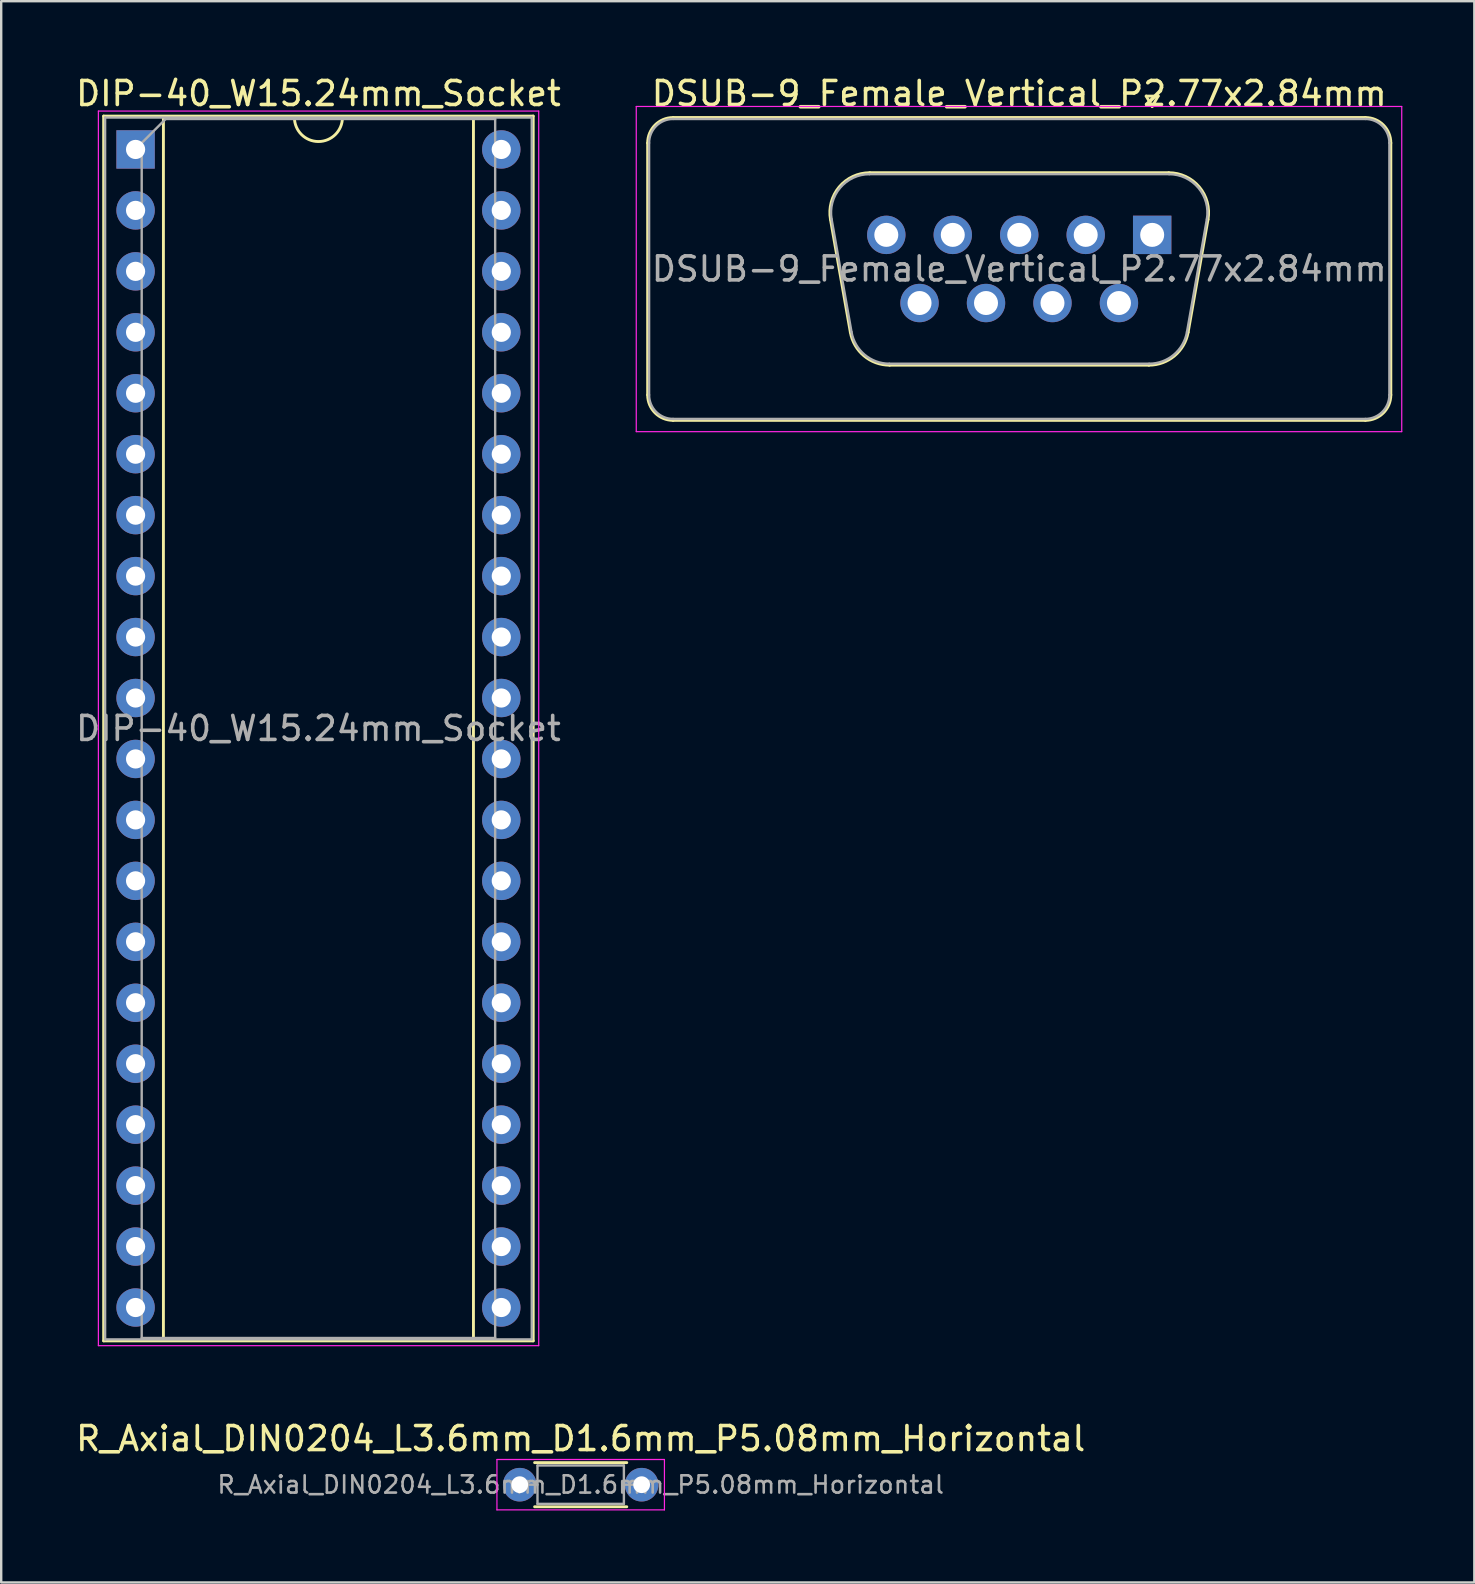
<source format=kicad_pcb>
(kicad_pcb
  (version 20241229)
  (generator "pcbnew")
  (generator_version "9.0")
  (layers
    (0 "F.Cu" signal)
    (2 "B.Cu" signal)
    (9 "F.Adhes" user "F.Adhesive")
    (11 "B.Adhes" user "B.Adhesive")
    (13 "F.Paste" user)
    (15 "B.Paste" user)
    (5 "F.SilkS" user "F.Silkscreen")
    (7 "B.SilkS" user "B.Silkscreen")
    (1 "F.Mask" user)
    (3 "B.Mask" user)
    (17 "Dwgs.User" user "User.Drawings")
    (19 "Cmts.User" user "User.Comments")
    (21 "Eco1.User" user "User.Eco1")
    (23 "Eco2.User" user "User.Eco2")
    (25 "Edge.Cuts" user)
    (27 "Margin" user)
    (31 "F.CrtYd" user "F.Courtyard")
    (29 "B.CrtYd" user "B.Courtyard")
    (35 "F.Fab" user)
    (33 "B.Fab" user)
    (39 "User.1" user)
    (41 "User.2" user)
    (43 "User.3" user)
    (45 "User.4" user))
  (footprint "R_Axial_DIN0204_L3.6mm_D1.6mm_P5.08mm_Horizontal"
    (layer "F.Cu")
    (at 18.609 58.822)
    (property "Reference" "R_Axial_DIN0204_L3.6mm_D1.6mm_P5.08mm_Horizontal" (at 2.54 -1.92 0) (layer "F.SilkS") (effects (font (size 1 1) (thickness 0.15))))
    (attr through_hole)
    (fp_line (start 0.62 -0.92) (end 4.46 -0.92) (stroke (width 0.12) (type solid)) (layer "F.SilkS"))
    (fp_line (start 0.62 0.92) (end 4.46 0.92) (stroke (width 0.12) (type solid)) (layer "F.SilkS"))
    (fp_line (start -0.95 -1.05) (end -0.95 1.05) (stroke (width 0.05) (type solid)) (layer "F.CrtYd"))
    (fp_line (start -0.95 1.05) (end 6.03 1.05) (stroke (width 0.05) (type solid)) (layer "F.CrtYd"))
    (fp_line (start 6.03 -1.05) (end -0.95 -1.05) (stroke (width 0.05) (type solid)) (layer "F.CrtYd"))
    (fp_line (start 6.03 1.05) (end 6.03 -1.05) (stroke (width 0.05) (type solid)) (layer "F.CrtYd"))
    (fp_line (start 0 0) (end 0.74 0) (stroke (width 0.1) (type solid)) (layer "F.Fab"))
    (fp_line (start 0.74 -0.8) (end 0.74 0.8) (stroke (width 0.1) (type solid)) (layer "F.Fab"))
    (fp_line (start 0.74 0.8) (end 4.34 0.8) (stroke (width 0.1) (type solid)) (layer "F.Fab"))
    (fp_line (start 4.34 -0.8) (end 0.74 -0.8) (stroke (width 0.1) (type solid)) (layer "F.Fab"))
    (fp_line (start 4.34 0.8) (end 4.34 -0.8) (stroke (width 0.1) (type solid)) (layer "F.Fab"))
    (fp_line (start 5.08 0) (end 4.34 0) (stroke (width 0.1) (type solid)) (layer "F.Fab"))
    (fp_text user "${REFERENCE}" (at 2.54 0 0) (layer "F.Fab") (effects (font (size 0.72 0.72) (thickness 0.108))))
    (pad "1" thru_hole circle (at 0 0) (size 1.4 1.4) (drill 0.7) (layers "*.Cu" "*.Mask"))
    (pad "2" thru_hole oval (at 5.08 0) (size 1.4 1.4) (drill 0.7) (layers "*.Cu" "*.Mask")))
  (footprint "DSUB-9_Female_Vertical_P2.77x2.84mm"
    (layer "F.Cu")
    (at 44.965 6.738)
    (property "Reference" "DSUB-9_Female_Vertical_P2.77x2.84mm" (at -5.54 -5.89 0) (layer "F.SilkS") (effects (font (size 1 1) (thickness 0.15))))
    (attr through_hole)
    (fp_line (start -21.025 6.67) (end -21.025 -3.83) (stroke (width 0.12) (type solid)) (layer "F.SilkS"))
    (fp_line (start -19.965 -4.89) (end 8.885 -4.89) (stroke (width 0.12) (type solid)) (layer "F.SilkS"))
    (fp_line (start -13.406 -0.642) (end -12.578 4.058) (stroke (width 0.12) (type solid)) (layer "F.SilkS"))
    (fp_line (start -11.772 -2.59) (end 0.692 -2.59) (stroke (width 0.12) (type solid)) (layer "F.SilkS"))
    (fp_line (start -10.943 5.43) (end -0.137 5.43) (stroke (width 0.12) (type solid)) (layer "F.SilkS"))
    (fp_line (start -0.25 -5.784) (end 0.25 -5.784) (stroke (width 0.12) (type solid)) (layer "F.SilkS"))
    (fp_line (start 0 -5.351) (end -0.25 -5.784) (stroke (width 0.12) (type solid)) (layer "F.SilkS"))
    (fp_line (start 0.25 -5.784) (end 0 -5.351) (stroke (width 0.12) (type solid)) (layer "F.SilkS"))
    (fp_line (start 2.326 -0.642) (end 1.498 4.058) (stroke (width 0.12) (type solid)) (layer "F.SilkS"))
    (fp_line (start 8.885 7.73) (end -19.965 7.73) (stroke (width 0.12) (type solid)) (layer "F.SilkS"))
    (fp_line (start 9.945 -3.83) (end 9.945 6.67) (stroke (width 0.12) (type solid)) (layer "F.SilkS"))
    (fp_arc (start -21.025 -3.83) (mid -20.714533 -4.579533) (end -19.965 -4.89) (stroke (width 0.12) (type solid)) (layer "F.SilkS"))
    (fp_arc (start -19.965 7.73) (mid -20.714533 7.419533) (end -21.025 6.67) (stroke (width 0.12) (type solid)) (layer "F.SilkS"))
    (fp_arc (start -13.40647 -0.641744) (mid -13.043323 -1.997028) (end -11.771689 -2.59) (stroke (width 0.12) (type solid)) (layer "F.SilkS"))
    (fp_arc (start -10.942952 5.43) (mid -12.00998 5.041634) (end -12.577733 4.058256) (stroke (width 0.12) (type solid)) (layer "F.SilkS"))
    (fp_arc (start 0.691689 -2.59) (mid 1.963324 -1.997028) (end 2.32647 -0.641744) (stroke (width 0.12) (type solid)) (layer "F.SilkS"))
    (fp_arc (start 1.497733 4.058256) (mid 0.92998 5.041634) (end -0.137048 5.43) (stroke (width 0.12) (type solid)) (layer "F.SilkS"))
    (fp_arc (start 8.885 -4.89) (mid 9.634533 -4.579533) (end 9.945 -3.83) (stroke (width 0.12) (type solid)) (layer "F.SilkS"))
    (fp_arc (start 9.945 6.67) (mid 9.634533 7.419533) (end 8.885 7.73) (stroke (width 0.12) (type solid)) (layer "F.SilkS"))
    (fp_line (start -21.5 -5.35) (end -21.5 8.2) (stroke (width 0.05) (type solid)) (layer "F.CrtYd"))
    (fp_line (start -21.5 8.2) (end 10.4 8.2) (stroke (width 0.05) (type solid)) (layer "F.CrtYd"))
    (fp_line (start 10.4 -5.35) (end -21.5 -5.35) (stroke (width 0.05) (type solid)) (layer "F.CrtYd"))
    (fp_line (start 10.4 8.2) (end 10.4 -5.35) (stroke (width 0.05) (type solid)) (layer "F.CrtYd"))
    (fp_line (start -20.965 6.67) (end -20.965 -3.83) (stroke (width 0.1) (type solid)) (layer "F.Fab"))
    (fp_line (start -19.965 -4.83) (end 8.885 -4.83) (stroke (width 0.1) (type solid)) (layer "F.Fab"))
    (fp_line (start -13.359 -0.652) (end -12.53 4.048) (stroke (width 0.1) (type solid)) (layer "F.Fab"))
    (fp_line (start -11.783 -2.53) (end 0.703 -2.53) (stroke (width 0.1) (type solid)) (layer "F.Fab"))
    (fp_line (start -10.954 5.37) (end -0.126 5.37) (stroke (width 0.1) (type solid)) (layer "F.Fab"))
    (fp_line (start 2.279 -0.652) (end 1.45 4.048) (stroke (width 0.1) (type solid)) (layer "F.Fab"))
    (fp_line (start 8.885 7.67) (end -19.965 7.67) (stroke (width 0.1) (type solid)) (layer "F.Fab"))
    (fp_line (start 9.885 -3.83) (end 9.885 6.67) (stroke (width 0.1) (type solid)) (layer "F.Fab"))
    (fp_arc (start -20.965 -3.83) (mid -20.672107 -4.537107) (end -19.965 -4.83) (stroke (width 0.1) (type solid)) (layer "F.Fab"))
    (fp_arc (start -19.965 7.67) (mid -20.672107 7.377107) (end -20.965 6.67) (stroke (width 0.1) (type solid)) (layer "F.Fab"))
    (fp_arc (start -13.358886 -0.652163) (mid -13.008865 -1.95846) (end -11.783194 -2.53) (stroke (width 0.1) (type solid)) (layer "F.Fab"))
    (fp_arc (start -10.954457 5.37) (mid -11.982917 4.995671) (end -12.530149 4.047837) (stroke (width 0.1) (type solid)) (layer "F.Fab"))
    (fp_arc (start 0.703194 -2.53) (mid 1.928865 -1.95846) (end 2.278886 -0.652163) (stroke (width 0.1) (type solid)) (layer "F.Fab"))
    (fp_arc (start 1.450149 4.047837) (mid 0.902917 4.995671) (end -0.125543 5.37) (stroke (width 0.1) (type solid)) (layer "F.Fab"))
    (fp_arc (start 8.885 -4.83) (mid 9.592107 -4.537107) (end 9.885 -3.83) (stroke (width 0.1) (type solid)) (layer "F.Fab"))
    (fp_arc (start 9.885 6.67) (mid 9.592107 7.377107) (end 8.885 7.67) (stroke (width 0.1) (type solid)) (layer "F.Fab"))
    (fp_text user "${REFERENCE}" (at -5.54 1.42 0) (layer "F.Fab") (effects (font (size 1 1) (thickness 0.15))))
    (pad "1" thru_hole rect (at 0 0) (size 1.6 1.6) (drill 1) (layers "*.Cu" "*.Mask"))
    (pad "2" thru_hole circle (at -2.77 0) (size 1.6 1.6) (drill 1) (layers "*.Cu" "*.Mask"))
    (pad "3" thru_hole circle (at -5.54 0) (size 1.6 1.6) (drill 1) (layers "*.Cu" "*.Mask"))
    (pad "4" thru_hole circle (at -8.31 0) (size 1.6 1.6) (drill 1) (layers "*.Cu" "*.Mask"))
    (pad "5" thru_hole circle (at -11.08 0) (size 1.6 1.6) (drill 1) (layers "*.Cu" "*.Mask"))
    (pad "6" thru_hole circle (at -1.385 2.84) (size 1.6 1.6) (drill 1) (layers "*.Cu" "*.Mask"))
    (pad "7" thru_hole circle (at -4.155 2.84) (size 1.6 1.6) (drill 1) (layers "*.Cu" "*.Mask"))
    (pad "8" thru_hole circle (at -6.925 2.84) (size 1.6 1.6) (drill 1) (layers "*.Cu" "*.Mask"))
    (pad "9" thru_hole circle (at -9.695 2.84) (size 1.6 1.6) (drill 1) (layers "*.Cu" "*.Mask")))
  (footprint "DIP-40_W15.24mm_Socket"
    (layer "F.Cu")
    (at 2.6 3.178)
    (property "Reference" "DIP-40_W15.24mm_Socket" (at 7.62 -2.33 0) (layer "F.SilkS") (effects (font (size 1 1) (thickness 0.15))))
    (attr through_hole)
    (fp_line (start -1.33 -1.39) (end -1.33 49.65) (stroke (width 0.12) (type solid)) (layer "F.SilkS"))
    (fp_line (start -1.33 49.65) (end 16.57 49.65) (stroke (width 0.12) (type solid)) (layer "F.SilkS"))
    (fp_line (start 1.16 -1.33) (end 1.16 49.59) (stroke (width 0.12) (type solid)) (layer "F.SilkS"))
    (fp_line (start 1.16 49.59) (end 14.08 49.59) (stroke (width 0.12) (type solid)) (layer "F.SilkS"))
    (fp_line (start 6.62 -1.33) (end 1.16 -1.33) (stroke (width 0.12) (type solid)) (layer "F.SilkS"))
    (fp_line (start 14.08 -1.33) (end 8.62 -1.33) (stroke (width 0.12) (type solid)) (layer "F.SilkS"))
    (fp_line (start 14.08 49.59) (end 14.08 -1.33) (stroke (width 0.12) (type solid)) (layer "F.SilkS"))
    (fp_line (start 16.57 -1.39) (end -1.33 -1.39) (stroke (width 0.12) (type solid)) (layer "F.SilkS"))
    (fp_line (start 16.57 49.65) (end 16.57 -1.39) (stroke (width 0.12) (type solid)) (layer "F.SilkS"))
    (fp_arc (start 8.62 -1.33) (mid 7.62 -0.33) (end 6.62 -1.33) (stroke (width 0.12) (type solid)) (layer "F.SilkS"))
    (fp_line (start -1.55 -1.6) (end -1.55 49.85) (stroke (width 0.05) (type solid)) (layer "F.CrtYd"))
    (fp_line (start -1.55 49.85) (end 16.8 49.85) (stroke (width 0.05) (type solid)) (layer "F.CrtYd"))
    (fp_line (start 16.8 -1.6) (end -1.55 -1.6) (stroke (width 0.05) (type solid)) (layer "F.CrtYd"))
    (fp_line (start 16.8 49.85) (end 16.8 -1.6) (stroke (width 0.05) (type solid)) (layer "F.CrtYd"))
    (fp_line (start -1.27 -1.33) (end -1.27 49.59) (stroke (width 0.1) (type solid)) (layer "F.Fab"))
    (fp_line (start -1.27 49.59) (end 16.51 49.59) (stroke (width 0.1) (type solid)) (layer "F.Fab"))
    (fp_line (start 0.255 -0.27) (end 1.255 -1.27) (stroke (width 0.1) (type solid)) (layer "F.Fab"))
    (fp_line (start 0.255 49.53) (end 0.255 -0.27) (stroke (width 0.1) (type solid)) (layer "F.Fab"))
    (fp_line (start 1.255 -1.27) (end 14.985 -1.27) (stroke (width 0.1) (type solid)) (layer "F.Fab"))
    (fp_line (start 14.985 -1.27) (end 14.985 49.53) (stroke (width 0.1) (type solid)) (layer "F.Fab"))
    (fp_line (start 14.985 49.53) (end 0.255 49.53) (stroke (width 0.1) (type solid)) (layer "F.Fab"))
    (fp_line (start 16.51 -1.33) (end -1.27 -1.33) (stroke (width 0.1) (type solid)) (layer "F.Fab"))
    (fp_line (start 16.51 49.59) (end 16.51 -1.33) (stroke (width 0.1) (type solid)) (layer "F.Fab"))
    (fp_text user "${REFERENCE}" (at 7.62 24.13 0) (layer "F.Fab") (effects (font (size 1 1) (thickness 0.15))))
    (pad "1" thru_hole rect (at 0 0) (size 1.6 1.6) (drill 0.8) (layers "*.Cu" "*.Mask"))
    (pad "2" thru_hole oval (at 0 2.54) (size 1.6 1.6) (drill 0.8) (layers "*.Cu" "*.Mask"))
    (pad "3" thru_hole oval (at 0 5.08) (size 1.6 1.6) (drill 0.8) (layers "*.Cu" "*.Mask"))
    (pad "4" thru_hole oval (at 0 7.62) (size 1.6 1.6) (drill 0.8) (layers "*.Cu" "*.Mask"))
    (pad "5" thru_hole oval (at 0 10.16) (size 1.6 1.6) (drill 0.8) (layers "*.Cu" "*.Mask"))
    (pad "6" thru_hole oval (at 0 12.7) (size 1.6 1.6) (drill 0.8) (layers "*.Cu" "*.Mask"))
    (pad "7" thru_hole oval (at 0 15.24) (size 1.6 1.6) (drill 0.8) (layers "*.Cu" "*.Mask"))
    (pad "8" thru_hole oval (at 0 17.78) (size 1.6 1.6) (drill 0.8) (layers "*.Cu" "*.Mask"))
    (pad "9" thru_hole oval (at 0 20.32) (size 1.6 1.6) (drill 0.8) (layers "*.Cu" "*.Mask"))
    (pad "10" thru_hole oval (at 0 22.86) (size 1.6 1.6) (drill 0.8) (layers "*.Cu" "*.Mask"))
    (pad "11" thru_hole oval (at 0 25.4) (size 1.6 1.6) (drill 0.8) (layers "*.Cu" "*.Mask"))
    (pad "12" thru_hole oval (at 0 27.94) (size 1.6 1.6) (drill 0.8) (layers "*.Cu" "*.Mask"))
    (pad "13" thru_hole oval (at 0 30.48) (size 1.6 1.6) (drill 0.8) (layers "*.Cu" "*.Mask"))
    (pad "14" thru_hole oval (at 0 33.02) (size 1.6 1.6) (drill 0.8) (layers "*.Cu" "*.Mask"))
    (pad "15" thru_hole oval (at 0 35.56) (size 1.6 1.6) (drill 0.8) (layers "*.Cu" "*.Mask"))
    (pad "16" thru_hole oval (at 0 38.1) (size 1.6 1.6) (drill 0.8) (layers "*.Cu" "*.Mask"))
    (pad "17" thru_hole oval (at 0 40.64) (size 1.6 1.6) (drill 0.8) (layers "*.Cu" "*.Mask"))
    (pad "18" thru_hole oval (at 0 43.18) (size 1.6 1.6) (drill 0.8) (layers "*.Cu" "*.Mask"))
    (pad "19" thru_hole oval (at 0 45.72) (size 1.6 1.6) (drill 0.8) (layers "*.Cu" "*.Mask"))
    (pad "20" thru_hole oval (at 0 48.26) (size 1.6 1.6) (drill 0.8) (layers "*.Cu" "*.Mask"))
    (pad "21" thru_hole oval (at 15.24 48.26) (size 1.6 1.6) (drill 0.8) (layers "*.Cu" "*.Mask"))
    (pad "22" thru_hole oval (at 15.24 45.72) (size 1.6 1.6) (drill 0.8) (layers "*.Cu" "*.Mask"))
    (pad "23" thru_hole oval (at 15.24 43.18) (size 1.6 1.6) (drill 0.8) (layers "*.Cu" "*.Mask"))
    (pad "24" thru_hole oval (at 15.24 40.64) (size 1.6 1.6) (drill 0.8) (layers "*.Cu" "*.Mask"))
    (pad "25" thru_hole oval (at 15.24 38.1) (size 1.6 1.6) (drill 0.8) (layers "*.Cu" "*.Mask"))
    (pad "26" thru_hole oval (at 15.24 35.56) (size 1.6 1.6) (drill 0.8) (layers "*.Cu" "*.Mask"))
    (pad "27" thru_hole oval (at 15.24 33.02) (size 1.6 1.6) (drill 0.8) (layers "*.Cu" "*.Mask"))
    (pad "28" thru_hole oval (at 15.24 30.48) (size 1.6 1.6) (drill 0.8) (layers "*.Cu" "*.Mask"))
    (pad "29" thru_hole oval (at 15.24 27.94) (size 1.6 1.6) (drill 0.8) (layers "*.Cu" "*.Mask"))
    (pad "30" thru_hole oval (at 15.24 25.4) (size 1.6 1.6) (drill 0.8) (layers "*.Cu" "*.Mask"))
    (pad "31" thru_hole oval (at 15.24 22.86) (size 1.6 1.6) (drill 0.8) (layers "*.Cu" "*.Mask"))
    (pad "32" thru_hole oval (at 15.24 20.32) (size 1.6 1.6) (drill 0.8) (layers "*.Cu" "*.Mask"))
    (pad "33" thru_hole oval (at 15.24 17.78) (size 1.6 1.6) (drill 0.8) (layers "*.Cu" "*.Mask"))
    (pad "34" thru_hole oval (at 15.24 15.24) (size 1.6 1.6) (drill 0.8) (layers "*.Cu" "*.Mask"))
    (pad "35" thru_hole oval (at 15.24 12.7) (size 1.6 1.6) (drill 0.8) (layers "*.Cu" "*.Mask"))
    (pad "36" thru_hole oval (at 15.24 10.16) (size 1.6 1.6) (drill 0.8) (layers "*.Cu" "*.Mask"))
    (pad "37" thru_hole oval (at 15.24 7.62) (size 1.6 1.6) (drill 0.8) (layers "*.Cu" "*.Mask"))
    (pad "38" thru_hole oval (at 15.24 5.08) (size 1.6 1.6) (drill 0.8) (layers "*.Cu" "*.Mask"))
    (pad "39" thru_hole oval (at 15.24 2.54) (size 1.6 1.6) (drill 0.8) (layers "*.Cu" "*.Mask"))
    (pad "40" thru_hole oval (at 15.24 0) (size 1.6 1.6) (drill 0.8) (layers "*.Cu" "*.Mask")))
  (gr_rect
    (start -3 -3)
    (end 58.39 62.897)
    (stroke (width 0.1) (type default))
    (fill no)
    (layer "Edge.Cuts")))
</source>
